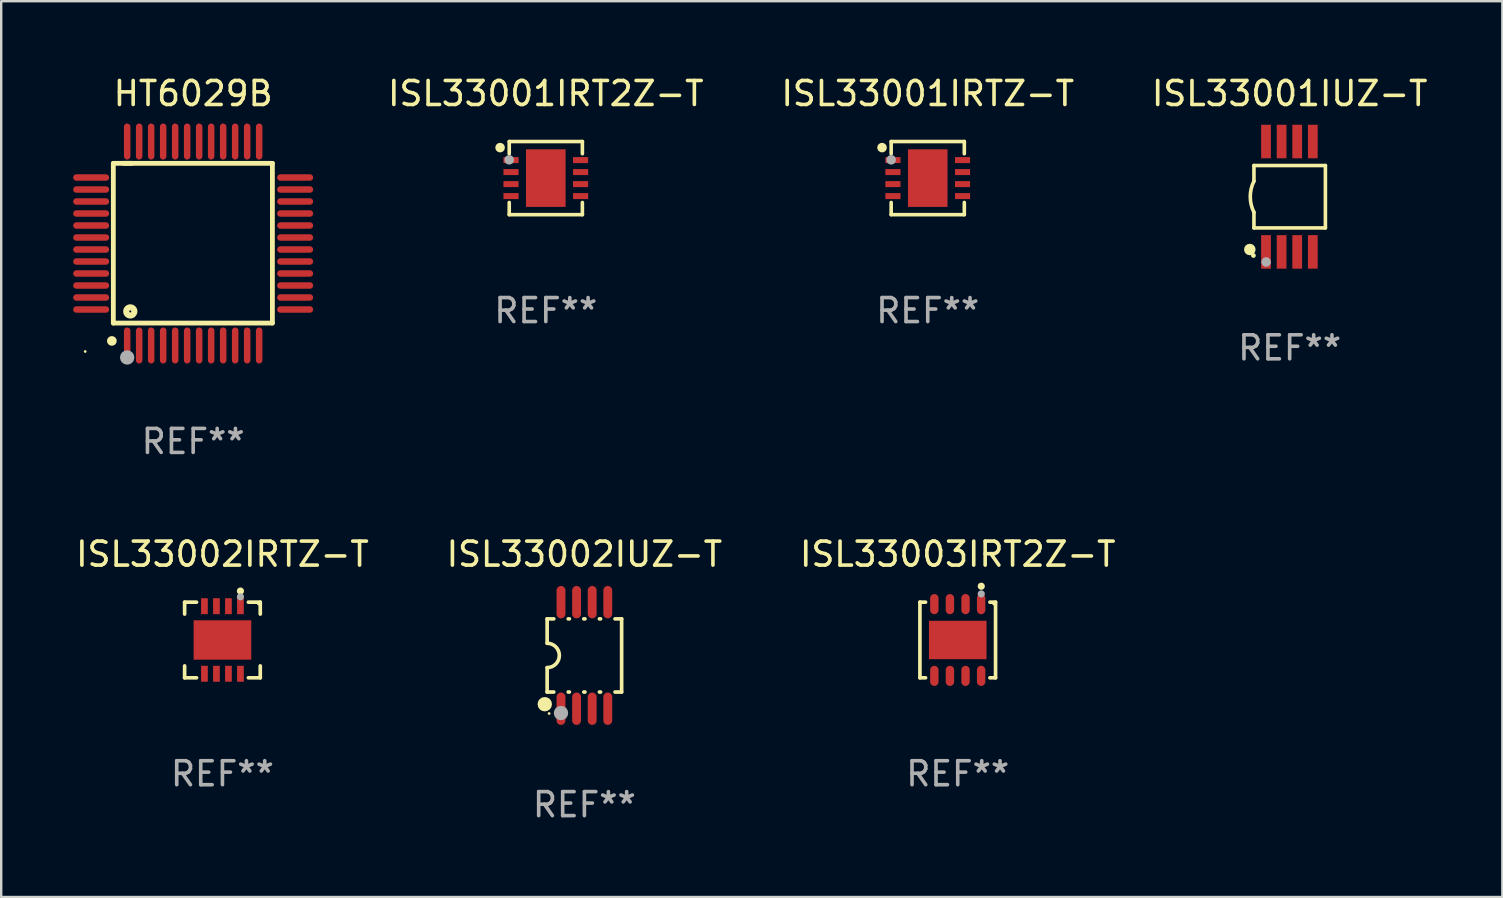
<source format=kicad_pcb>
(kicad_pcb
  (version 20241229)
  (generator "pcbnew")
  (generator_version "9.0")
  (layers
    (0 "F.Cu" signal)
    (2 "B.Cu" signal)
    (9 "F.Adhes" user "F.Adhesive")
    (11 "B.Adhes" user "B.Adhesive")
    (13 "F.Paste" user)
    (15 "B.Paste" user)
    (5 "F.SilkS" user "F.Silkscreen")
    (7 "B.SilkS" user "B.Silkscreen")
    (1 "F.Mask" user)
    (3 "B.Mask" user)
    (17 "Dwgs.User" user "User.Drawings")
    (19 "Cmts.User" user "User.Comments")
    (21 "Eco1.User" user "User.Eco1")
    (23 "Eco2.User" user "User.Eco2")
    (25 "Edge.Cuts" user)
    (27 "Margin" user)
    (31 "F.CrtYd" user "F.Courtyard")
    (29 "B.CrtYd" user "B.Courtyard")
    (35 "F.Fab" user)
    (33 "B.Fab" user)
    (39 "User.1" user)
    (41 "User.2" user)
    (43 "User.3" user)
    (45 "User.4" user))
  (footprint "ISL33003IRT2Z-T"
    (layer "F.Cu")
    (at 36.863 23.621)
    (property "Reference" "ISL33003IRT2Z-T" (at 0 -3.576 0) (layer "F.SilkS") (effects (font (size 1 1) (thickness 0.15))))
    (attr through_hole)
    (fp_line (start -1.576 -1.576) (end -1.576 1.576) (stroke (width 0.152) (type solid)) (layer "F.SilkS"))
    (fp_line (start -1.576 1.576) (end -1.341 1.576) (stroke (width 0.152) (type solid)) (layer "F.SilkS"))
    (fp_line (start -1.341 -1.576) (end -1.576 -1.576) (stroke (width 0.152) (type solid)) (layer "F.SilkS"))
    (fp_line (start 1.341 -1.576) (end 1.576 -1.576) (stroke (width 0.152) (type solid)) (layer "F.SilkS"))
    (fp_line (start 1.576 -1.576) (end 1.576 1.576) (stroke (width 0.152) (type solid)) (layer "F.SilkS"))
    (fp_line (start 1.576 1.576) (end 1.341 1.576) (stroke (width 0.152) (type solid)) (layer "F.SilkS"))
    (fp_circle (center 0.98 -2.24) (end 1.055 -2.24) (stroke (width 0.15) (type solid)) (fill no) (layer "F.SilkS"))
    (fp_circle (center 1.5 -1.5) (end 1.53 -1.5) (stroke (width 0.06) (type solid)) (fill no) (layer "F.SilkS"))
    (fp_circle (center 0.98 -1.92) (end 1.055 -1.92) (stroke (width 0.15) (type solid)) (fill no) (layer "F.Fab"))
    (fp_text user "REF**" (at 0 5.576 0) (layer "F.Fab") (effects (font (size 1 1) (thickness 0.15))))
    (pad "1" smd oval (at 0.975 -1.495) (size 0.35 0.84) (layers "F.Cu" "F.Mask" "F.Paste"))
    (pad "2" smd oval (at 0.325 -1.495) (size 0.35 0.84) (layers "F.Cu" "F.Mask" "F.Paste"))
    (pad "3" smd oval (at -0.325 -1.495) (size 0.35 0.84) (layers "F.Cu" "F.Mask" "F.Paste"))
    (pad "4" smd oval (at -0.975 -1.495) (size 0.35 0.84) (layers "F.Cu" "F.Mask" "F.Paste"))
    (pad "5" smd oval (at -0.975 1.495) (size 0.35 0.84) (layers "F.Cu" "F.Mask" "F.Paste"))
    (pad "6" smd oval (at -0.325 1.495) (size 0.35 0.84) (layers "F.Cu" "F.Mask" "F.Paste"))
    (pad "7" smd oval (at 0.325 1.495) (size 0.35 0.84) (layers "F.Cu" "F.Mask" "F.Paste"))
    (pad "8" smd oval (at 0.975 1.495) (size 0.35 0.84) (layers "F.Cu" "F.Mask" "F.Paste"))
    (pad "9" smd rect (at 0 0) (size 2.4 1.6) (layers "F.Cu" "F.Mask" "F.Paste")))
  (footprint "ISL33001IUZ-T"
    (layer "F.Cu")
    (at 50.696 5.148)
    (property "Reference" "ISL33001IUZ-T" (at 0 -4.3 0) (layer "F.SilkS") (effects (font (size 1 1) (thickness 0.15))))
    (attr through_hole)
    (fp_line (start -1.489 -1.3) (end -1.489 -0.648) (stroke (width 0.15) (type solid)) (layer "F.SilkS"))
    (fp_line (start -1.489 0.648) (end -1.489 1.3) (stroke (width 0.15) (type solid)) (layer "F.SilkS"))
    (fp_line (start -1.489 1.3) (end 1.489 1.3) (stroke (width 0.15) (type solid)) (layer "F.SilkS"))
    (fp_line (start 1.489 -1.3) (end -1.489 -1.3) (stroke (width 0.15) (type solid)) (layer "F.SilkS"))
    (fp_line (start 1.489 1.3) (end 1.489 -1.3) (stroke (width 0.15) (type solid)) (layer "F.SilkS"))
    (fp_arc (start -1.489205 0.647702) (mid -1.642107 0) (end -1.489205 -0.647701) (stroke (width 0.150013) (type solid)) (layer "F.SilkS"))
    (fp_circle (center -1.661 2.2) (end -1.541 2.2) (stroke (width 0.24) (type solid)) (fill no) (layer "F.SilkS"))
    (fp_circle (center -1.511 2.45) (end -1.461 2.45) (stroke (width 0.1) (type solid)) (fill no) (layer "F.SilkS"))
    (fp_circle (center -0.981 2.72) (end -0.881 2.72) (stroke (width 0.2) (type solid)) (fill no) (layer "F.Fab"))
    (fp_text user "REF**" (at 0 6.3 0) (layer "F.Fab") (effects (font (size 1 1) (thickness 0.15))))
    (pad "1" smd rect (at -0.986 2.3) (size 0.406 1.397) (layers "F.Cu" "F.Mask" "F.Paste"))
    (pad "2" smd rect (at -0.336 2.3) (size 0.406 1.397) (layers "F.Cu" "F.Mask" "F.Paste"))
    (pad "3" smd rect (at 0.314 2.3) (size 0.406 1.397) (layers "F.Cu" "F.Mask" "F.Paste"))
    (pad "4" smd rect (at 0.964 2.3) (size 0.406 1.397) (layers "F.Cu" "F.Mask" "F.Paste"))
    (pad "5" smd rect (at 0.964 -2.3) (size 0.406 1.397) (layers "F.Cu" "F.Mask" "F.Paste"))
    (pad "6" smd rect (at 0.314 -2.3) (size 0.406 1.397) (layers "F.Cu" "F.Mask" "F.Paste"))
    (pad "7" smd rect (at -0.336 -2.3) (size 0.406 1.397) (layers "F.Cu" "F.Mask" "F.Paste"))
    (pad "8" smd rect (at -0.986 -2.3) (size 0.406 1.397) (layers "F.Cu" "F.Mask" "F.Paste")))
  (footprint "ISL33001IRT2Z-T"
    (layer "F.Cu")
    (at 19.696 4.372)
    (property "Reference" "ISL33001IRT2Z-T" (at 0 -3.524 0) (layer "F.SilkS") (effects (font (size 1 1) (thickness 0.15))))
    (attr through_hole)
    (fp_line (start -1.524 -1.524) (end 1.524 -1.524) (stroke (width 0.15) (type solid)) (layer "F.SilkS"))
    (fp_line (start -1.524 -1.016) (end -1.524 -1.524) (stroke (width 0.15) (type solid)) (layer "F.SilkS"))
    (fp_line (start -1.524 1.016) (end -1.524 1.524) (stroke (width 0.15) (type solid)) (layer "F.SilkS"))
    (fp_line (start -1.524 1.524) (end 1.524 1.524) (stroke (width 0.15) (type solid)) (layer "F.SilkS"))
    (fp_line (start 1.524 -1.524) (end 1.524 -1.016) (stroke (width 0.15) (type solid)) (layer "F.SilkS"))
    (fp_line (start 1.524 1.524) (end 1.524 1.016) (stroke (width 0.15) (type solid)) (layer "F.SilkS"))
    (fp_circle (center -1.905 -1.27) (end -1.805 -1.27) (stroke (width 0.2) (type solid)) (fill no) (layer "F.SilkS"))
    (fp_circle (center -1.5 -1.5) (end -1.47 -1.5) (stroke (width 0.06) (type solid)) (fill no) (layer "F.SilkS"))
    (fp_circle (center -1.524 -0.762) (end -1.424 -0.762) (stroke (width 0.2) (type solid)) (fill no) (layer "F.Fab"))
    (fp_text user "REF**" (at 0 5.524 0) (layer "F.Fab") (effects (font (size 1 1) (thickness 0.15))))
    (pad "1" smd rect (at -1.45 -0.75) (size 0.63 0.25) (layers "F.Cu" "F.Mask" "F.Paste"))
    (pad "2" smd rect (at -1.45 -0.25) (size 0.63 0.25) (layers "F.Cu" "F.Mask" "F.Paste"))
    (pad "3" smd rect (at -1.45 0.25) (size 0.63 0.25) (layers "F.Cu" "F.Mask" "F.Paste"))
    (pad "4" smd rect (at -1.45 0.75) (size 0.63 0.25) (layers "F.Cu" "F.Mask" "F.Paste"))
    (pad "5" smd rect (at 1.45 0.75) (size 0.63 0.25) (layers "F.Cu" "F.Mask" "F.Paste"))
    (pad "6" smd rect (at 1.45 0.25) (size 0.63 0.25) (layers "F.Cu" "F.Mask" "F.Paste"))
    (pad "7" smd rect (at 1.45 -0.25) (size 0.63 0.25) (layers "F.Cu" "F.Mask" "F.Paste"))
    (pad "8" smd rect (at 1.45 -0.75) (size 0.63 0.25) (layers "F.Cu" "F.Mask" "F.Paste"))
    (pad "9" smd rect (at -0.000025 0.000127) (size 1.65 2.4) (layers "F.Cu" "F.Mask" "F.Paste")))
  (footprint "HT6029B"
    (layer "F.Cu")
    (at 5 7.098)
    (property "Reference" "HT6029B" (at 0 -6.25 0) (layer "F.SilkS") (effects (font (size 1 1) (thickness 0.15))))
    (attr through_hole)
    (fp_line (start -3.327 -3.34) (end -2.565 -3.34) (stroke (width 0.2) (type solid)) (layer "F.SilkS"))
    (fp_line (start -3.327 3.315) (end -3.327 -3.34) (stroke (width 0.2) (type solid)) (layer "F.SilkS"))
    (fp_line (start -2.896 -3.34) (end 3.302 -3.34) (stroke (width 0.2) (type solid)) (layer "F.SilkS"))
    (fp_line (start 3.302 -3.34) (end 3.302 3.315) (stroke (width 0.2) (type solid)) (layer "F.SilkS"))
    (fp_line (start 3.302 3.315) (end -3.327 3.315) (stroke (width 0.2) (type solid)) (layer "F.SilkS"))
    (fp_arc (start -3.389992 4.059995) (mid -3.388722 4.059991) (end -3.387452 4.059995) (stroke (width 0.4) (type solid)) (layer "F.SilkS"))
    (fp_circle (center -4.5 4.5) (end -4.47 4.5) (stroke (width 0.06) (type solid)) (fill no) (layer "F.SilkS"))
    (fp_circle (center -2.62 2.83) (end -2.45 2.83) (stroke (width 0.254) (type solid)) (fill no) (layer "F.SilkS"))
    (fp_circle (center -2.75 4.75) (end -2.6 4.75) (stroke (width 0.3) (type solid)) (fill no) (layer "F.Fab"))
    (fp_text user "REF**" (at 0 8.25 0) (layer "F.Fab") (effects (font (size 1 1) (thickness 0.15))))
    (pad "1" smd oval (at -2.75 4.25) (size 0.27 1.5) (layers "F.Cu" "F.Mask" "F.Paste"))
    (pad "2" smd oval (at -2.25 4.25) (size 0.27 1.5) (layers "F.Cu" "F.Mask" "F.Paste"))
    (pad "3" smd oval (at -1.75 4.25) (size 0.27 1.5) (layers "F.Cu" "F.Mask" "F.Paste"))
    (pad "4" smd oval (at -1.25 4.25) (size 0.27 1.5) (layers "F.Cu" "F.Mask" "F.Paste"))
    (pad "5" smd oval (at -0.75 4.25) (size 0.27 1.5) (layers "F.Cu" "F.Mask" "F.Paste"))
    (pad "6" smd oval (at -0.25 4.25) (size 0.27 1.5) (layers "F.Cu" "F.Mask" "F.Paste"))
    (pad "7" smd oval (at 0.25 4.25) (size 0.27 1.5) (layers "F.Cu" "F.Mask" "F.Paste"))
    (pad "8" smd oval (at 0.75 4.25) (size 0.27 1.5) (layers "F.Cu" "F.Mask" "F.Paste"))
    (pad "9" smd oval (at 1.25 4.25) (size 0.27 1.5) (layers "F.Cu" "F.Mask" "F.Paste"))
    (pad "10" smd oval (at 1.75 4.25) (size 0.27 1.5) (layers "F.Cu" "F.Mask" "F.Paste"))
    (pad "11" smd oval (at 2.25 4.25) (size 0.27 1.5) (layers "F.Cu" "F.Mask" "F.Paste"))
    (pad "12" smd oval (at 2.75 4.25) (size 0.27 1.5) (layers "F.Cu" "F.Mask" "F.Paste"))
    (pad "13" smd oval (at 4.25 2.75) (size 1.5 0.27) (layers "F.Cu" "F.Mask" "F.Paste"))
    (pad "14" smd oval (at 4.25 2.25) (size 1.5 0.27) (layers "F.Cu" "F.Mask" "F.Paste"))
    (pad "15" smd oval (at 4.25 1.75) (size 1.5 0.27) (layers "F.Cu" "F.Mask" "F.Paste"))
    (pad "16" smd oval (at 4.25 1.25) (size 1.5 0.27) (layers "F.Cu" "F.Mask" "F.Paste"))
    (pad "17" smd oval (at 4.25 0.75) (size 1.5 0.27) (layers "F.Cu" "F.Mask" "F.Paste"))
    (pad "18" smd oval (at 4.25 0.25) (size 1.5 0.27) (layers "F.Cu" "F.Mask" "F.Paste"))
    (pad "19" smd oval (at 4.25 -0.25) (size 1.5 0.27) (layers "F.Cu" "F.Mask" "F.Paste"))
    (pad "20" smd oval (at 4.25 -0.75) (size 1.5 0.27) (layers "F.Cu" "F.Mask" "F.Paste"))
    (pad "21" smd oval (at 4.25 -1.25) (size 1.5 0.27) (layers "F.Cu" "F.Mask" "F.Paste"))
    (pad "22" smd oval (at 4.25 -1.75) (size 1.5 0.27) (layers "F.Cu" "F.Mask" "F.Paste"))
    (pad "23" smd oval (at 4.25 -2.25) (size 1.5 0.27) (layers "F.Cu" "F.Mask" "F.Paste"))
    (pad "24" smd oval (at 4.25 -2.75) (size 1.5 0.27) (layers "F.Cu" "F.Mask" "F.Paste"))
    (pad "25" smd oval (at 2.75 -4.25) (size 0.27 1.5) (layers "F.Cu" "F.Mask" "F.Paste"))
    (pad "26" smd oval (at 2.25 -4.25) (size 0.27 1.5) (layers "F.Cu" "F.Mask" "F.Paste"))
    (pad "27" smd oval (at 1.75 -4.25) (size 0.27 1.5) (layers "F.Cu" "F.Mask" "F.Paste"))
    (pad "28" smd oval (at 1.25 -4.25) (size 0.27 1.5) (layers "F.Cu" "F.Mask" "F.Paste"))
    (pad "29" smd oval (at 0.75 -4.25) (size 0.27 1.5) (layers "F.Cu" "F.Mask" "F.Paste"))
    (pad "30" smd oval (at 0.25 -4.25) (size 0.27 1.5) (layers "F.Cu" "F.Mask" "F.Paste"))
    (pad "31" smd oval (at -0.25 -4.25) (size 0.27 1.5) (layers "F.Cu" "F.Mask" "F.Paste"))
    (pad "32" smd oval (at -0.75 -4.25) (size 0.27 1.5) (layers "F.Cu" "F.Mask" "F.Paste"))
    (pad "33" smd oval (at -1.25 -4.25) (size 0.27 1.5) (layers "F.Cu" "F.Mask" "F.Paste"))
    (pad "34" smd oval (at -1.75 -4.25) (size 0.27 1.5) (layers "F.Cu" "F.Mask" "F.Paste"))
    (pad "35" smd oval (at -2.25 -4.25) (size 0.27 1.5) (layers "F.Cu" "F.Mask" "F.Paste"))
    (pad "36" smd oval (at -2.75 -4.25) (size 0.27 1.5) (layers "F.Cu" "F.Mask" "F.Paste"))
    (pad "37" smd oval (at -4.25 -2.75) (size 1.5 0.27) (layers "F.Cu" "F.Mask" "F.Paste"))
    (pad "38" smd oval (at -4.25 -2.25) (size 1.5 0.27) (layers "F.Cu" "F.Mask" "F.Paste"))
    (pad "39" smd oval (at -4.25 -1.75) (size 1.5 0.27) (layers "F.Cu" "F.Mask" "F.Paste"))
    (pad "40" smd oval (at -4.25 -1.25) (size 1.5 0.27) (layers "F.Cu" "F.Mask" "F.Paste"))
    (pad "41" smd oval (at -4.25 -0.75) (size 1.5 0.27) (layers "F.Cu" "F.Mask" "F.Paste"))
    (pad "42" smd oval (at -4.25 -0.25) (size 1.5 0.27) (layers "F.Cu" "F.Mask" "F.Paste"))
    (pad "43" smd oval (at -4.25 0.25) (size 1.5 0.27) (layers "F.Cu" "F.Mask" "F.Paste"))
    (pad "44" smd oval (at -4.25 0.75) (size 1.5 0.27) (layers "F.Cu" "F.Mask" "F.Paste"))
    (pad "45" smd oval (at -4.25 1.25) (size 1.5 0.27) (layers "F.Cu" "F.Mask" "F.Paste"))
    (pad "46" smd oval (at -4.25 1.75) (size 1.5 0.27) (layers "F.Cu" "F.Mask" "F.Paste"))
    (pad "47" smd oval (at -4.25 2.25) (size 1.5 0.27) (layers "F.Cu" "F.Mask" "F.Paste"))
    (pad "48" smd oval (at -4.25 2.75) (size 1.5 0.27) (layers "F.Cu" "F.Mask" "F.Paste")))
  (footprint "ISL33002IUZ-T"
    (layer "F.Cu")
    (at 21.304 24.265)
    (property "Reference" "ISL33002IUZ-T" (at 0 -4.22 0) (layer "F.SilkS") (effects (font (size 1 1) (thickness 0.15))))
    (attr through_hole)
    (fp_line (start -1.552 -1.524) (end -1.276 -1.524) (stroke (width 0.152) (type solid)) (layer "F.SilkS"))
    (fp_line (start -1.552 -0.508) (end -1.552 -1.524) (stroke (width 0.152) (type solid)) (layer "F.SilkS"))
    (fp_line (start -1.552 1.524) (end -1.552 0.508) (stroke (width 0.152) (type solid)) (layer "F.SilkS"))
    (fp_line (start -1.552 1.524) (end -1.276 1.524) (stroke (width 0.152) (type solid)) (layer "F.SilkS"))
    (fp_line (start -0.674 -1.524) (end -0.626 -1.524) (stroke (width 0.152) (type solid)) (layer "F.SilkS"))
    (fp_line (start -0.674 1.524) (end -0.626 1.524) (stroke (width 0.152) (type solid)) (layer "F.SilkS"))
    (fp_line (start -0.024 -1.524) (end 0.024 -1.524) (stroke (width 0.152) (type solid)) (layer "F.SilkS"))
    (fp_line (start -0.024 1.524) (end 0.024 1.524) (stroke (width 0.152) (type solid)) (layer "F.SilkS"))
    (fp_line (start 0.626 -1.524) (end 0.674 -1.524) (stroke (width 0.152) (type solid)) (layer "F.SilkS"))
    (fp_line (start 0.626 1.524) (end 0.674 1.524) (stroke (width 0.152) (type solid)) (layer "F.SilkS"))
    (fp_line (start 1.276 1.524) (end 1.552 1.524) (stroke (width 0.152) (type solid)) (layer "F.SilkS"))
    (fp_line (start 1.276 -1.524) (end 1.552 -1.524) (stroke (width 0.152) (type solid)) (layer "F.SilkS"))
    (fp_line (start 1.552 -1.524) (end 1.552 1.524) (stroke (width 0.152) (type solid)) (layer "F.SilkS"))
    (fp_arc (start -1.551943 -0.508001) (mid -1.043942 0) (end -1.551943 0.508001) (stroke (width 0.151994) (type solid)) (layer "F.SilkS"))
    (fp_circle (center -1.651 2.032) (end -1.501 2.032) (stroke (width 0.3) (type solid)) (fill no) (layer "F.SilkS"))
    (fp_circle (center -1.47 2.42) (end -1.44 2.42) (stroke (width 0.06) (type solid)) (fill no) (layer "F.SilkS"))
    (fp_circle (center -0.975 2.4) (end -0.825 2.4) (stroke (width 0.3) (type solid)) (fill no) (layer "F.Fab"))
    (fp_text user "REF**" (at 0 6.22 0) (layer "F.Fab") (effects (font (size 1 1) (thickness 0.15))))
    (pad "1" smd oval (at -0.975 2.22) (size 0.37 1.35) (layers "F.Cu" "F.Mask" "F.Paste"))
    (pad "2" smd oval (at -0.325 2.22) (size 0.37 1.35) (layers "F.Cu" "F.Mask" "F.Paste"))
    (pad "3" smd oval (at 0.325 2.22) (size 0.37 1.35) (layers "F.Cu" "F.Mask" "F.Paste"))
    (pad "4" smd oval (at 0.975 2.22) (size 0.37 1.35) (layers "F.Cu" "F.Mask" "F.Paste"))
    (pad "5" smd oval (at 0.975 -2.22) (size 0.37 1.35) (layers "F.Cu" "F.Mask" "F.Paste"))
    (pad "6" smd oval (at 0.325 -2.22) (size 0.37 1.35) (layers "F.Cu" "F.Mask" "F.Paste"))
    (pad "7" smd oval (at -0.325 -2.22) (size 0.37 1.35) (layers "F.Cu" "F.Mask" "F.Paste"))
    (pad "8" smd oval (at -0.975 -2.22) (size 0.37 1.35) (layers "F.Cu" "F.Mask" "F.Paste")))
  (footprint "ISL33001IRTZ-T"
    (layer "F.Cu")
    (at 35.613 4.372)
    (property "Reference" "ISL33001IRTZ-T" (at 0 -3.524 0) (layer "F.SilkS") (effects (font (size 1 1) (thickness 0.15))))
    (attr through_hole)
    (fp_line (start -1.524 -1.524) (end 1.524 -1.524) (stroke (width 0.15) (type solid)) (layer "F.SilkS"))
    (fp_line (start -1.524 -1.016) (end -1.524 -1.524) (stroke (width 0.15) (type solid)) (layer "F.SilkS"))
    (fp_line (start -1.524 1.016) (end -1.524 1.524) (stroke (width 0.15) (type solid)) (layer "F.SilkS"))
    (fp_line (start -1.524 1.524) (end 1.524 1.524) (stroke (width 0.15) (type solid)) (layer "F.SilkS"))
    (fp_line (start 1.524 -1.524) (end 1.524 -1.016) (stroke (width 0.15) (type solid)) (layer "F.SilkS"))
    (fp_line (start 1.524 1.524) (end 1.524 1.016) (stroke (width 0.15) (type solid)) (layer "F.SilkS"))
    (fp_circle (center -1.905 -1.27) (end -1.805 -1.27) (stroke (width 0.2) (type solid)) (fill no) (layer "F.SilkS"))
    (fp_circle (center -1.5 -1.5) (end -1.47 -1.5) (stroke (width 0.06) (type solid)) (fill no) (layer "F.SilkS"))
    (fp_circle (center -1.524 -0.762) (end -1.424 -0.762) (stroke (width 0.2) (type solid)) (fill no) (layer "F.Fab"))
    (fp_text user "REF**" (at 0 5.524 0) (layer "F.Fab") (effects (font (size 1 1) (thickness 0.15))))
    (pad "1" smd rect (at -1.45 -0.75) (size 0.63 0.25) (layers "F.Cu" "F.Mask" "F.Paste"))
    (pad "2" smd rect (at -1.45 -0.25) (size 0.63 0.25) (layers "F.Cu" "F.Mask" "F.Paste"))
    (pad "3" smd rect (at -1.45 0.25) (size 0.63 0.25) (layers "F.Cu" "F.Mask" "F.Paste"))
    (pad "4" smd rect (at -1.45 0.75) (size 0.63 0.25) (layers "F.Cu" "F.Mask" "F.Paste"))
    (pad "5" smd rect (at 1.45 0.75) (size 0.63 0.25) (layers "F.Cu" "F.Mask" "F.Paste"))
    (pad "6" smd rect (at 1.45 0.25) (size 0.63 0.25) (layers "F.Cu" "F.Mask" "F.Paste"))
    (pad "7" smd rect (at 1.45 -0.25) (size 0.63 0.25) (layers "F.Cu" "F.Mask" "F.Paste"))
    (pad "8" smd rect (at 1.45 -0.75) (size 0.63 0.25) (layers "F.Cu" "F.Mask" "F.Paste"))
    (pad "9" smd rect (at -0.000025 0.000127) (size 1.65 2.4) (layers "F.Cu" "F.Mask" "F.Paste")))
  (footprint "ISL33002IRTZ-T"
    (layer "F.Cu")
    (at 6.22 23.621)
    (property "Reference" "ISL33002IRTZ-T" (at 0 -3.576 0) (layer "F.SilkS") (effects (font (size 1 1) (thickness 0.15))))
    (attr through_hole)
    (fp_line (start -1.576 -1.576) (end -1.08 -1.576) (stroke (width 0.152) (type solid)) (layer "F.SilkS"))
    (fp_line (start -1.576 -1.08) (end -1.576 -1.576) (stroke (width 0.152) (type solid)) (layer "F.SilkS"))
    (fp_line (start -1.576 1.08) (end -1.576 1.576) (stroke (width 0.152) (type solid)) (layer "F.SilkS"))
    (fp_line (start -1.576 1.576) (end -1.08 1.576) (stroke (width 0.152) (type solid)) (layer "F.SilkS"))
    (fp_line (start 1.576 -1.576) (end 1.08 -1.576) (stroke (width 0.152) (type solid)) (layer "F.SilkS"))
    (fp_line (start 1.576 -1.08) (end 1.576 -1.576) (stroke (width 0.152) (type solid)) (layer "F.SilkS"))
    (fp_line (start 1.576 1.08) (end 1.576 1.576) (stroke (width 0.152) (type solid)) (layer "F.SilkS"))
    (fp_line (start 1.576 1.576) (end 1.08 1.576) (stroke (width 0.152) (type solid)) (layer "F.SilkS"))
    (fp_circle (center 0.75 -2.04) (end 0.825 -2.04) (stroke (width 0.15) (type solid)) (fill no) (layer "F.SilkS"))
    (fp_circle (center 1.5 -1.5) (end 1.53 -1.5) (stroke (width 0.06) (type solid)) (fill no) (layer "F.SilkS"))
    (fp_circle (center 0.75 -1.8) (end 0.825 -1.8) (stroke (width 0.15) (type solid)) (fill no) (layer "F.Fab"))
    (fp_text user "REF**" (at 0 5.576 0) (layer "F.Fab") (effects (font (size 1 1) (thickness 0.15))))
    (pad "1" smd rect (at 0.75 -1.408 180) (size 0.28 0.665) (layers "F.Cu" "F.Mask" "F.Paste"))
    (pad "2" smd rect (at 0.25 -1.408 180) (size 0.28 0.665) (layers "F.Cu" "F.Mask" "F.Paste"))
    (pad "3" smd rect (at -0.25 -1.408 180) (size 0.28 0.665) (layers "F.Cu" "F.Mask" "F.Paste"))
    (pad "4" smd rect (at -0.75 -1.408 180) (size 0.28 0.665) (layers "F.Cu" "F.Mask" "F.Paste"))
    (pad "5" smd rect (at 0.75 1.407 180) (size 0.28 0.665) (layers "F.Cu" "F.Mask" "F.Paste"))
    (pad "6" smd rect (at 0.25 1.407 180) (size 0.28 0.665) (layers "F.Cu" "F.Mask" "F.Paste"))
    (pad "7" smd rect (at -0.25 1.407 180) (size 0.28 0.665) (layers "F.Cu" "F.Mask" "F.Paste"))
    (pad "8" smd rect (at -0.75 1.407 180) (size 0.28 0.665) (layers "F.Cu" "F.Mask" "F.Paste"))
    (pad "9" smd rect (at 0 0) (size 2.4 1.64) (layers "F.Cu" "F.Mask" "F.Paste")))
  (gr_rect
    (start -3 -3)
    (end 59.559 34.333)
    (stroke (width 0.1) (type default))
    (fill no)
    (layer "Edge.Cuts")))
</source>
